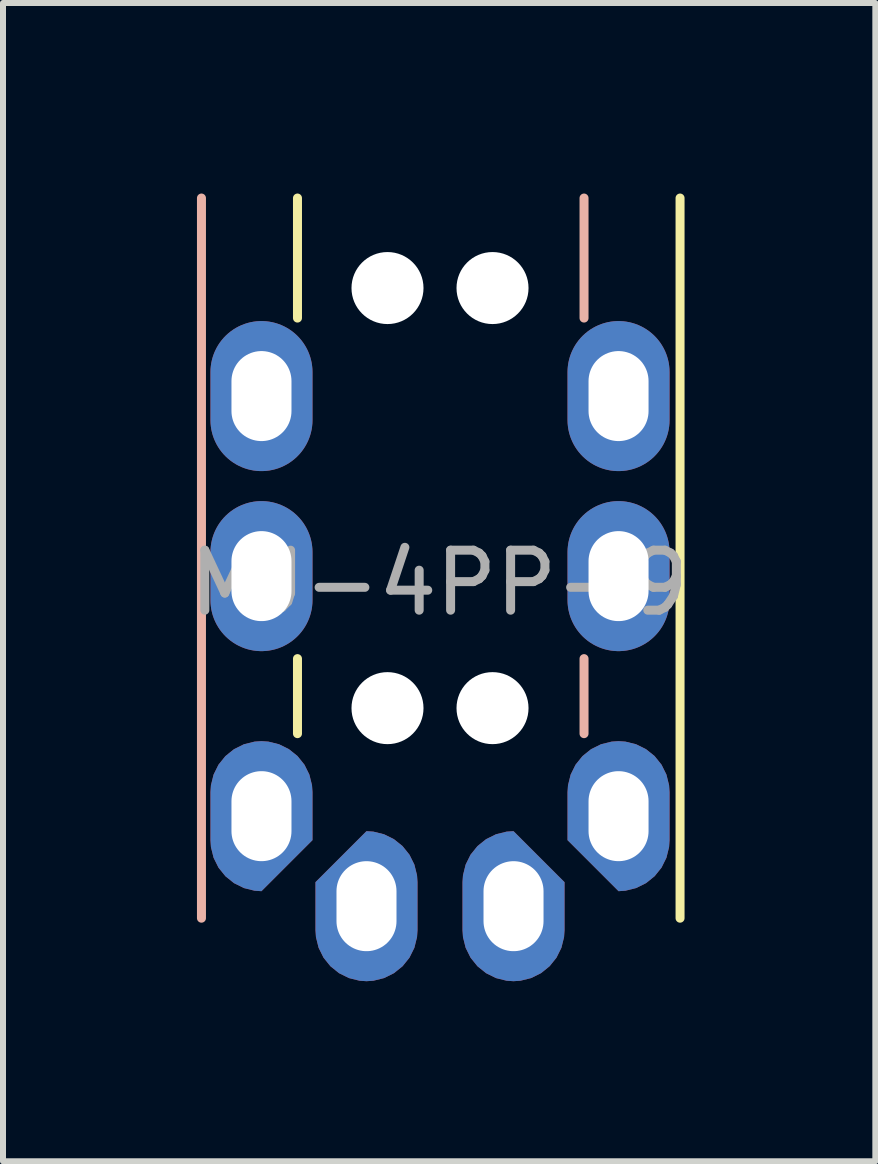
<source format=kicad_pcb>
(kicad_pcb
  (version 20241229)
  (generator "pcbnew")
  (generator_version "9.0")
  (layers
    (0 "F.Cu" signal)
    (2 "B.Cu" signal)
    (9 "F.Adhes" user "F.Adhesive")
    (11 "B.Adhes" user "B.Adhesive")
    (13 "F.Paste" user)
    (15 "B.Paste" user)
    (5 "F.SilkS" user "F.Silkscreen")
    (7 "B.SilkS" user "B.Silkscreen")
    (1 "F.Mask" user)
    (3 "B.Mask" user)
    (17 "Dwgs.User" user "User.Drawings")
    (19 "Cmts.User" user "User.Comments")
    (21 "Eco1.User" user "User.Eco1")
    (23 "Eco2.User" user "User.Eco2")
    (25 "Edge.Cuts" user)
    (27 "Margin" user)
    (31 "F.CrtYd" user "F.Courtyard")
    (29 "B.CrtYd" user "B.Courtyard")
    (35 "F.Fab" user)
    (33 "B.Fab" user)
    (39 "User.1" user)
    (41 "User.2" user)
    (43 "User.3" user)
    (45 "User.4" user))
  (footprint "MJ-4PP-9"
    (layer "F.Cu")
    (at 5.157 0.25)
    (property "Reference" "MJ-4PP-9" (at -0.889 6.413 0) (layer "F.Fab") (effects (font (size 1 1) (thickness 0.15))))
    (attr through_hole)
    (fp_line (start -3.25 2) (end -3.25 0) (stroke (width 0.15) (type solid)) (layer "F.SilkS"))
    (fp_line (start -3.25 7.675) (end -3.25 8.925) (stroke (width 0.15) (type solid)) (layer "F.SilkS"))
    (fp_line (start 3.125 12) (end 3.125 0) (stroke (width 0.15) (type solid)) (layer "F.SilkS"))
    (fp_line (start -4.85 12) (end -4.85 0) (stroke (width 0.15) (type solid)) (layer "B.SilkS"))
    (fp_line (start 1.525 2) (end 1.525 0) (stroke (width 0.15) (type solid)) (layer "B.SilkS"))
    (fp_line (start 1.525 7.675) (end 1.525 8.925) (stroke (width 0.15) (type solid)) (layer "B.SilkS"))
    (pad "" np_thru_hole circle (at -1.75 1.5) (size 1.2 1.2) (drill 1.2) (layers "*.Cu" "*.Mask"))
    (pad "" np_thru_hole circle (at -1.75 8.5) (size 1.2 1.2) (drill 1.2) (layers "*.Cu" "*.Mask"))
    (pad "" np_thru_hole circle (at 0 1.5) (size 1.2 1.2) (drill 1.2) (layers "*.Cu" "*.Mask"))
    (pad "" np_thru_hole circle (at 0 8.5) (size 1.2 1.2) (drill 1.2) (layers "*.Cu" "*.Mask"))
    (pad "1" thru_hole roundrect (at -2.1 11.8) (size 1.7 2.5) (drill oval 1 1.5) (layers "*.Cu" "B.Mask") (roundrect_rratio 0.5) (chamfer_ratio 0.5) (chamfer top_left))
    (pad "1" thru_hole roundrect (at 0.35 11.8) (size 1.7 2.5) (drill oval 1 1.5) (layers "*.Cu" "F.Mask") (roundrect_rratio 0.5) (chamfer_ratio 0.5) (chamfer top_right))
    (pad "2" thru_hole roundrect (at -3.85 10.3) (size 1.7 2.5) (drill oval 1 1.5) (layers "*.Cu" "F.Mask") (roundrect_rratio 0.5) (chamfer_ratio 0.5) (chamfer bottom_right))
    (pad "2" thru_hole roundrect (at 2.1 10.3) (size 1.7 2.5) (drill oval 1 1.5) (layers "*.Cu" "B.Mask") (roundrect_rratio 0.5) (chamfer_ratio 0.5) (chamfer bottom_left))
    (pad "3" thru_hole oval (at -3.85 6.3) (size 1.7 2.5) (drill oval 1 1.5) (layers "*.Cu" "F.Mask"))
    (pad "3" thru_hole oval (at 2.1 6.3) (size 1.7 2.5) (drill oval 1 1.5) (layers "*.Cu" "B.Mask"))
    (pad "4" thru_hole oval (at -3.85 3.3) (size 1.7 2.5) (drill oval 1 1.5) (layers "*.Cu" "F.Mask"))
    (pad "4" thru_hole oval (at 2.1 3.3) (size 1.7 2.5) (drill oval 1 1.5) (layers "*.Cu" "B.Mask")))
  (gr_rect
    (start -3 -3)
    (end 11.536 16.3)
    (stroke (width 0.1) (type default))
    (fill no)
    (layer "Edge.Cuts")))
</source>
